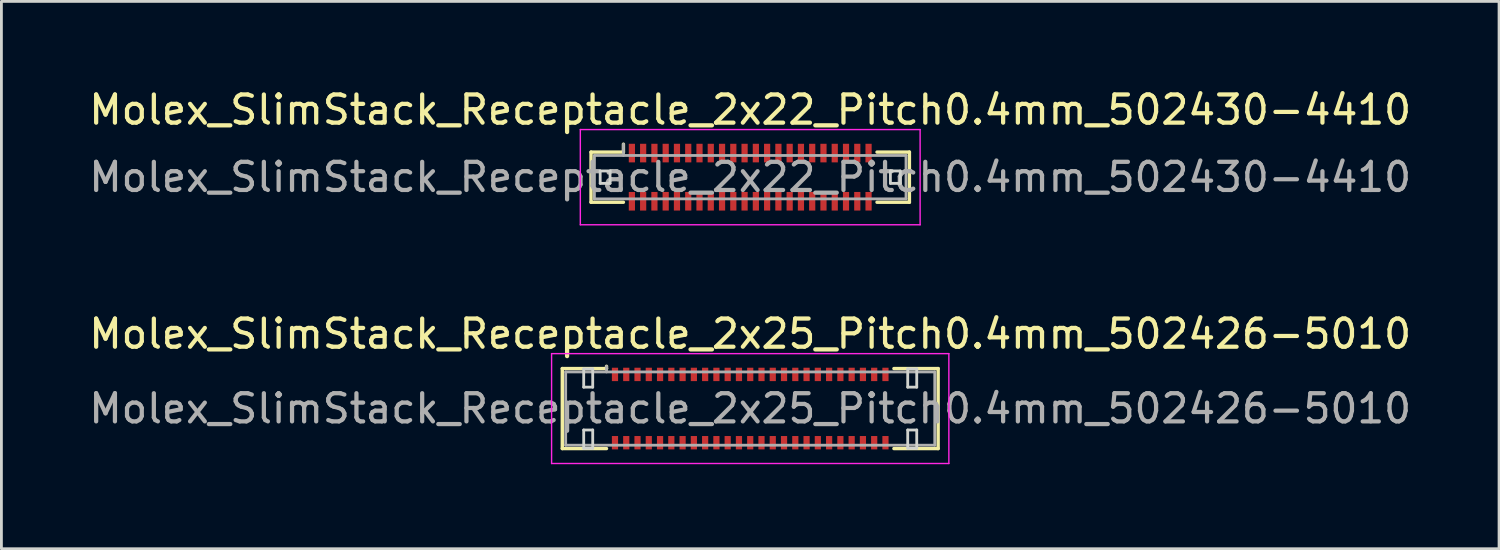
<source format=kicad_pcb>
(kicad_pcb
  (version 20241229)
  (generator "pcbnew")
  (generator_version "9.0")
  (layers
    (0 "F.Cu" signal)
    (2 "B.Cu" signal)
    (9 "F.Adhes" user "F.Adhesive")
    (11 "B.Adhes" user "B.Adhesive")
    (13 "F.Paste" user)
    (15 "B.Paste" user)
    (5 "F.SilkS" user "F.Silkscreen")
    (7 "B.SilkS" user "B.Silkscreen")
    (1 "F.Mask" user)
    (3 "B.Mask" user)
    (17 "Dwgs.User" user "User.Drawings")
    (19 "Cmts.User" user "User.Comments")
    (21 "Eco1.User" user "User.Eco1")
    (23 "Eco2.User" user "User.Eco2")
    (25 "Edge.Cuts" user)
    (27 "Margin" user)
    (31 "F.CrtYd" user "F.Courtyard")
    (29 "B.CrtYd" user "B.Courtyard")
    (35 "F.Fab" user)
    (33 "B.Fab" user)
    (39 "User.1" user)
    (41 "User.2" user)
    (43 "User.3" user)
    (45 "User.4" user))
  (footprint "Molex_SlimStack_Receptacle_2x22_Pitch0.4mm_502430-4410"
    (layer "F.Cu")
    (at 23.577 3.238)
    (property "Reference" "Molex_SlimStack_Receptacle_2x22_Pitch0.4mm_502430-4410" (at 0 -2.39 0) (layer "F.SilkS") (effects (font (size 1 1) (thickness 0.15))))
    (attr smd)
    (fp_line (start -5.65 -0.89) (end -4.5 -0.89) (stroke (width 0.12) (type solid)) (layer "F.SilkS"))
    (fp_line (start -5.65 0.89) (end -5.65 -0.89) (stroke (width 0.12) (type solid)) (layer "F.SilkS"))
    (fp_line (start -4.5 -0.89) (end -4.5 -1.17) (stroke (width 0.12) (type solid)) (layer "F.SilkS"))
    (fp_line (start -4.5 0.89) (end -5.65 0.89) (stroke (width 0.12) (type solid)) (layer "F.SilkS"))
    (fp_line (start 4.5 0.89) (end 5.65 0.89) (stroke (width 0.12) (type solid)) (layer "F.SilkS"))
    (fp_line (start 5.65 -0.89) (end 4.5 -0.89) (stroke (width 0.12) (type solid)) (layer "F.SilkS"))
    (fp_line (start 5.65 0.89) (end 5.65 -0.89) (stroke (width 0.12) (type solid)) (layer "F.SilkS"))
    (fp_line (start -5.325 -0.22) (end -5.325 0.22) (stroke (width 0.1) (type solid)) (layer "Edge.Cuts"))
    (fp_line (start -5.325 0.22) (end -4.975 0.22) (stroke (width 0.1) (type solid)) (layer "Edge.Cuts"))
    (fp_line (start -4.975 -0.22) (end -5.325 -0.22) (stroke (width 0.1) (type solid)) (layer "Edge.Cuts"))
    (fp_line (start -4.975 0.22) (end -4.975 -0.22) (stroke (width 0.1) (type solid)) (layer "Edge.Cuts"))
    (fp_line (start 4.975 -0.22) (end 4.975 0.22) (stroke (width 0.1) (type solid)) (layer "Edge.Cuts"))
    (fp_line (start 4.975 0.22) (end 5.325 0.22) (stroke (width 0.1) (type solid)) (layer "Edge.Cuts"))
    (fp_line (start 5.325 -0.22) (end 4.975 -0.22) (stroke (width 0.1) (type solid)) (layer "Edge.Cuts"))
    (fp_line (start 5.325 0.22) (end 5.325 -0.22) (stroke (width 0.1) (type solid)) (layer "Edge.Cuts"))
    (fp_line (start -6.03 -1.69) (end -6.03 1.69) (stroke (width 0.05) (type solid)) (layer "F.CrtYd"))
    (fp_line (start -6.03 1.69) (end 6.03 1.69) (stroke (width 0.05) (type solid)) (layer "F.CrtYd"))
    (fp_line (start 6.03 -1.69) (end -6.03 -1.69) (stroke (width 0.05) (type solid)) (layer "F.CrtYd"))
    (fp_line (start 6.03 1.69) (end 6.03 -1.69) (stroke (width 0.05) (type solid)) (layer "F.CrtYd"))
    (fp_line (start -5.53 -0.77) (end -5.53 0.77) (stroke (width 0.1) (type solid)) (layer "F.Fab"))
    (fp_line (start -5.53 0.77) (end 5.53 0.77) (stroke (width 0.1) (type solid)) (layer "F.Fab"))
    (fp_line (start -4.5 -0.77) (end -4.5 -1.17) (stroke (width 0.1) (type solid)) (layer "F.Fab"))
    (fp_line (start 5.53 -0.77) (end -5.53 -0.77) (stroke (width 0.1) (type solid)) (layer "F.Fab"))
    (fp_line (start 5.53 0.77) (end 5.53 -0.77) (stroke (width 0.1) (type solid)) (layer "F.Fab"))
    (fp_text user "${REFERENCE}" (at 0 0 0) (layer "F.Fab") (effects (font (size 1 1) (thickness 0.15))))
    (pad "1" smd rect (at -4.2 -0.855) (size 0.22 0.66) (layers "F.Cu" "F.Mask" "F.Paste"))
    (pad "2" smd rect (at -4.2 0.855) (size 0.22 0.66) (layers "F.Cu" "F.Mask" "F.Paste"))
    (pad "3" smd rect (at -3.8 -0.855) (size 0.22 0.66) (layers "F.Cu" "F.Mask" "F.Paste"))
    (pad "4" smd rect (at -3.8 0.855) (size 0.22 0.66) (layers "F.Cu" "F.Mask" "F.Paste"))
    (pad "5" smd rect (at -3.4 -0.855) (size 0.22 0.66) (layers "F.Cu" "F.Mask" "F.Paste"))
    (pad "6" smd rect (at -3.4 0.855) (size 0.22 0.66) (layers "F.Cu" "F.Mask" "F.Paste"))
    (pad "7" smd rect (at -3 -0.855) (size 0.22 0.66) (layers "F.Cu" "F.Mask" "F.Paste"))
    (pad "8" smd rect (at -3 0.855) (size 0.22 0.66) (layers "F.Cu" "F.Mask" "F.Paste"))
    (pad "9" smd rect (at -2.6 -0.855) (size 0.22 0.66) (layers "F.Cu" "F.Mask" "F.Paste"))
    (pad "10" smd rect (at -2.6 0.855) (size 0.22 0.66) (layers "F.Cu" "F.Mask" "F.Paste"))
    (pad "11" smd rect (at -2.2 -0.855) (size 0.22 0.66) (layers "F.Cu" "F.Mask" "F.Paste"))
    (pad "12" smd rect (at -2.2 0.855) (size 0.22 0.66) (layers "F.Cu" "F.Mask" "F.Paste"))
    (pad "13" smd rect (at -1.8 -0.855) (size 0.22 0.66) (layers "F.Cu" "F.Mask" "F.Paste"))
    (pad "14" smd rect (at -1.8 0.855) (size 0.22 0.66) (layers "F.Cu" "F.Mask" "F.Paste"))
    (pad "15" smd rect (at -1.4 -0.855) (size 0.22 0.66) (layers "F.Cu" "F.Mask" "F.Paste"))
    (pad "16" smd rect (at -1.4 0.855) (size 0.22 0.66) (layers "F.Cu" "F.Mask" "F.Paste"))
    (pad "17" smd rect (at -1 -0.855) (size 0.22 0.66) (layers "F.Cu" "F.Mask" "F.Paste"))
    (pad "18" smd rect (at -1 0.855) (size 0.22 0.66) (layers "F.Cu" "F.Mask" "F.Paste"))
    (pad "19" smd rect (at -0.6 -0.855) (size 0.22 0.66) (layers "F.Cu" "F.Mask" "F.Paste"))
    (pad "20" smd rect (at -0.6 0.855) (size 0.22 0.66) (layers "F.Cu" "F.Mask" "F.Paste"))
    (pad "21" smd rect (at -0.2 -0.855) (size 0.22 0.66) (layers "F.Cu" "F.Mask" "F.Paste"))
    (pad "22" smd rect (at -0.2 0.855) (size 0.22 0.66) (layers "F.Cu" "F.Mask" "F.Paste"))
    (pad "23" smd rect (at 0.2 -0.855) (size 0.22 0.66) (layers "F.Cu" "F.Mask" "F.Paste"))
    (pad "24" smd rect (at 0.2 0.855) (size 0.22 0.66) (layers "F.Cu" "F.Mask" "F.Paste"))
    (pad "25" smd rect (at 0.6 -0.855) (size 0.22 0.66) (layers "F.Cu" "F.Mask" "F.Paste"))
    (pad "26" smd rect (at 0.6 0.855) (size 0.22 0.66) (layers "F.Cu" "F.Mask" "F.Paste"))
    (pad "27" smd rect (at 1 -0.855) (size 0.22 0.66) (layers "F.Cu" "F.Mask" "F.Paste"))
    (pad "28" smd rect (at 1 0.855) (size 0.22 0.66) (layers "F.Cu" "F.Mask" "F.Paste"))
    (pad "29" smd rect (at 1.4 -0.855) (size 0.22 0.66) (layers "F.Cu" "F.Mask" "F.Paste"))
    (pad "30" smd rect (at 1.4 0.855) (size 0.22 0.66) (layers "F.Cu" "F.Mask" "F.Paste"))
    (pad "31" smd rect (at 1.8 -0.855) (size 0.22 0.66) (layers "F.Cu" "F.Mask" "F.Paste"))
    (pad "32" smd rect (at 1.8 0.855) (size 0.22 0.66) (layers "F.Cu" "F.Mask" "F.Paste"))
    (pad "33" smd rect (at 2.2 -0.855) (size 0.22 0.66) (layers "F.Cu" "F.Mask" "F.Paste"))
    (pad "34" smd rect (at 2.2 0.855) (size 0.22 0.66) (layers "F.Cu" "F.Mask" "F.Paste"))
    (pad "35" smd rect (at 2.6 -0.855) (size 0.22 0.66) (layers "F.Cu" "F.Mask" "F.Paste"))
    (pad "36" smd rect (at 2.6 0.855) (size 0.22 0.66) (layers "F.Cu" "F.Mask" "F.Paste"))
    (pad "37" smd rect (at 3 -0.855) (size 0.22 0.66) (layers "F.Cu" "F.Mask" "F.Paste"))
    (pad "38" smd rect (at 3 0.855) (size 0.22 0.66) (layers "F.Cu" "F.Mask" "F.Paste"))
    (pad "39" smd rect (at 3.4 -0.855) (size 0.22 0.66) (layers "F.Cu" "F.Mask" "F.Paste"))
    (pad "40" smd rect (at 3.4 0.855) (size 0.22 0.66) (layers "F.Cu" "F.Mask" "F.Paste"))
    (pad "41" smd rect (at 3.8 -0.855) (size 0.22 0.66) (layers "F.Cu" "F.Mask" "F.Paste"))
    (pad "42" smd rect (at 3.8 0.855) (size 0.22 0.66) (layers "F.Cu" "F.Mask" "F.Paste"))
    (pad "43" smd rect (at 4.2 -0.855) (size 0.22 0.66) (layers "F.Cu" "F.Mask" "F.Paste"))
    (pad "44" smd rect (at 4.2 0.855) (size 0.22 0.66) (layers "F.Cu" "F.Mask" "F.Paste")))
  (footprint "Molex_SlimStack_Receptacle_2x25_Pitch0.4mm_502426-5010"
    (layer "F.Cu")
    (at 23.577 11.451)
    (property "Reference" "Molex_SlimStack_Receptacle_2x25_Pitch0.4mm_502426-5010" (at 0 -2.65 0) (layer "F.SilkS") (effects (font (size 1 1) (thickness 0.15))))
    (attr smd)
    (fp_line (start -6.67 -1.42) (end -5.1 -1.42) (stroke (width 0.12) (type solid)) (layer "F.SilkS"))
    (fp_line (start -6.67 1.42) (end -6.67 -1.42) (stroke (width 0.12) (type solid)) (layer "F.SilkS"))
    (fp_line (start -5.1 -1.42) (end -5.1 -1.5) (stroke (width 0.12) (type solid)) (layer "F.SilkS"))
    (fp_line (start -5.1 1.42) (end -6.67 1.42) (stroke (width 0.12) (type solid)) (layer "F.SilkS"))
    (fp_line (start 5.1 1.42) (end 6.67 1.42) (stroke (width 0.12) (type solid)) (layer "F.SilkS"))
    (fp_line (start 6.67 -1.42) (end 5.1 -1.42) (stroke (width 0.12) (type solid)) (layer "F.SilkS"))
    (fp_line (start 6.67 1.42) (end 6.67 -1.42) (stroke (width 0.12) (type solid)) (layer "F.SilkS"))
    (fp_line (start -5.91 -1.41) (end -5.91 -0.76) (stroke (width 0.1) (type solid)) (layer "Edge.Cuts"))
    (fp_line (start -5.91 -0.76) (end -5.59 -0.76) (stroke (width 0.1) (type solid)) (layer "Edge.Cuts"))
    (fp_line (start -5.91 0.76) (end -5.91 1.41) (stroke (width 0.1) (type solid)) (layer "Edge.Cuts"))
    (fp_line (start -5.91 1.41) (end -5.59 1.41) (stroke (width 0.1) (type solid)) (layer "Edge.Cuts"))
    (fp_line (start -5.59 -1.41) (end -5.91 -1.41) (stroke (width 0.1) (type solid)) (layer "Edge.Cuts"))
    (fp_line (start -5.59 -0.76) (end -5.59 -1.41) (stroke (width 0.1) (type solid)) (layer "Edge.Cuts"))
    (fp_line (start -5.59 0.76) (end -5.91 0.76) (stroke (width 0.1) (type solid)) (layer "Edge.Cuts"))
    (fp_line (start -5.59 1.41) (end -5.59 0.76) (stroke (width 0.1) (type solid)) (layer "Edge.Cuts"))
    (fp_line (start 5.59 -1.41) (end 5.59 -0.76) (stroke (width 0.1) (type solid)) (layer "Edge.Cuts"))
    (fp_line (start 5.59 -0.76) (end 5.91 -0.76) (stroke (width 0.1) (type solid)) (layer "Edge.Cuts"))
    (fp_line (start 5.59 0.76) (end 5.59 1.41) (stroke (width 0.1) (type solid)) (layer "Edge.Cuts"))
    (fp_line (start 5.59 1.41) (end 5.91 1.41) (stroke (width 0.1) (type solid)) (layer "Edge.Cuts"))
    (fp_line (start 5.91 -1.41) (end 5.59 -1.41) (stroke (width 0.1) (type solid)) (layer "Edge.Cuts"))
    (fp_line (start 5.91 -0.76) (end 5.91 -1.41) (stroke (width 0.1) (type solid)) (layer "Edge.Cuts"))
    (fp_line (start 5.91 0.76) (end 5.59 0.76) (stroke (width 0.1) (type solid)) (layer "Edge.Cuts"))
    (fp_line (start 5.91 1.41) (end 5.91 0.76) (stroke (width 0.1) (type solid)) (layer "Edge.Cuts"))
    (fp_line (start -7.05 -1.95) (end -7.05 1.95) (stroke (width 0.05) (type solid)) (layer "F.CrtYd"))
    (fp_line (start -7.05 1.95) (end 7.05 1.95) (stroke (width 0.05) (type solid)) (layer "F.CrtYd"))
    (fp_line (start 7.05 -1.95) (end -7.05 -1.95) (stroke (width 0.05) (type solid)) (layer "F.CrtYd"))
    (fp_line (start 7.05 1.95) (end 7.05 -1.95) (stroke (width 0.05) (type solid)) (layer "F.CrtYd"))
    (fp_line (start -6.55 -1.3) (end -6.55 1.3) (stroke (width 0.1) (type solid)) (layer "F.Fab"))
    (fp_line (start -6.55 1.3) (end 6.55 1.3) (stroke (width 0.1) (type solid)) (layer "F.Fab"))
    (fp_line (start -5.1 -1.3) (end -5.1 -1.5) (stroke (width 0.1) (type solid)) (layer "F.Fab"))
    (fp_line (start 6.55 -1.3) (end -6.55 -1.3) (stroke (width 0.1) (type solid)) (layer "F.Fab"))
    (fp_line (start 6.55 1.3) (end 6.55 -1.3) (stroke (width 0.1) (type solid)) (layer "F.Fab"))
    (fp_text user "${REFERENCE}" (at 0 0 0) (layer "F.Fab") (effects (font (size 1 1) (thickness 0.15))))
    (pad "1" smd rect (at -4.8 -1.212) (size 0.22 0.475) (layers "F.Cu" "F.Mask" "F.Paste"))
    (pad "2" smd rect (at -4.8 1.212) (size 0.22 0.475) (layers "F.Cu" "F.Mask" "F.Paste"))
    (pad "3" smd rect (at -4.4 -1.212) (size 0.22 0.475) (layers "F.Cu" "F.Mask" "F.Paste"))
    (pad "4" smd rect (at -4.4 1.212) (size 0.22 0.475) (layers "F.Cu" "F.Mask" "F.Paste"))
    (pad "5" smd rect (at -4 -1.212) (size 0.22 0.475) (layers "F.Cu" "F.Mask" "F.Paste"))
    (pad "6" smd rect (at -4 1.212) (size 0.22 0.475) (layers "F.Cu" "F.Mask" "F.Paste"))
    (pad "7" smd rect (at -3.6 -1.212) (size 0.22 0.475) (layers "F.Cu" "F.Mask" "F.Paste"))
    (pad "8" smd rect (at -3.6 1.212) (size 0.22 0.475) (layers "F.Cu" "F.Mask" "F.Paste"))
    (pad "9" smd rect (at -3.2 -1.212) (size 0.22 0.475) (layers "F.Cu" "F.Mask" "F.Paste"))
    (pad "10" smd rect (at -3.2 1.212) (size 0.22 0.475) (layers "F.Cu" "F.Mask" "F.Paste"))
    (pad "11" smd rect (at -2.8 -1.212) (size 0.22 0.475) (layers "F.Cu" "F.Mask" "F.Paste"))
    (pad "12" smd rect (at -2.8 1.212) (size 0.22 0.475) (layers "F.Cu" "F.Mask" "F.Paste"))
    (pad "13" smd rect (at -2.4 -1.212) (size 0.22 0.475) (layers "F.Cu" "F.Mask" "F.Paste"))
    (pad "14" smd rect (at -2.4 1.212) (size 0.22 0.475) (layers "F.Cu" "F.Mask" "F.Paste"))
    (pad "15" smd rect (at -2 -1.212) (size 0.22 0.475) (layers "F.Cu" "F.Mask" "F.Paste"))
    (pad "16" smd rect (at -2 1.212) (size 0.22 0.475) (layers "F.Cu" "F.Mask" "F.Paste"))
    (pad "17" smd rect (at -1.6 -1.212) (size 0.22 0.475) (layers "F.Cu" "F.Mask" "F.Paste"))
    (pad "18" smd rect (at -1.6 1.212) (size 0.22 0.475) (layers "F.Cu" "F.Mask" "F.Paste"))
    (pad "19" smd rect (at -1.2 -1.212) (size 0.22 0.475) (layers "F.Cu" "F.Mask" "F.Paste"))
    (pad "20" smd rect (at -1.2 1.212) (size 0.22 0.475) (layers "F.Cu" "F.Mask" "F.Paste"))
    (pad "21" smd rect (at -0.8 -1.212) (size 0.22 0.475) (layers "F.Cu" "F.Mask" "F.Paste"))
    (pad "22" smd rect (at -0.8 1.212) (size 0.22 0.475) (layers "F.Cu" "F.Mask" "F.Paste"))
    (pad "23" smd rect (at -0.4 -1.212) (size 0.22 0.475) (layers "F.Cu" "F.Mask" "F.Paste"))
    (pad "24" smd rect (at -0.4 1.212) (size 0.22 0.475) (layers "F.Cu" "F.Mask" "F.Paste"))
    (pad "25" smd rect (at 0 -1.212) (size 0.22 0.475) (layers "F.Cu" "F.Mask" "F.Paste"))
    (pad "26" smd rect (at 0 1.212) (size 0.22 0.475) (layers "F.Cu" "F.Mask" "F.Paste"))
    (pad "27" smd rect (at 0.4 -1.212) (size 0.22 0.475) (layers "F.Cu" "F.Mask" "F.Paste"))
    (pad "28" smd rect (at 0.4 1.212) (size 0.22 0.475) (layers "F.Cu" "F.Mask" "F.Paste"))
    (pad "29" smd rect (at 0.8 -1.212) (size 0.22 0.475) (layers "F.Cu" "F.Mask" "F.Paste"))
    (pad "30" smd rect (at 0.8 1.212) (size 0.22 0.475) (layers "F.Cu" "F.Mask" "F.Paste"))
    (pad "31" smd rect (at 1.2 -1.212) (size 0.22 0.475) (layers "F.Cu" "F.Mask" "F.Paste"))
    (pad "32" smd rect (at 1.2 1.212) (size 0.22 0.475) (layers "F.Cu" "F.Mask" "F.Paste"))
    (pad "33" smd rect (at 1.6 -1.212) (size 0.22 0.475) (layers "F.Cu" "F.Mask" "F.Paste"))
    (pad "34" smd rect (at 1.6 1.212) (size 0.22 0.475) (layers "F.Cu" "F.Mask" "F.Paste"))
    (pad "35" smd rect (at 2 -1.212) (size 0.22 0.475) (layers "F.Cu" "F.Mask" "F.Paste"))
    (pad "36" smd rect (at 2 1.212) (size 0.22 0.475) (layers "F.Cu" "F.Mask" "F.Paste"))
    (pad "37" smd rect (at 2.4 -1.212) (size 0.22 0.475) (layers "F.Cu" "F.Mask" "F.Paste"))
    (pad "38" smd rect (at 2.4 1.212) (size 0.22 0.475) (layers "F.Cu" "F.Mask" "F.Paste"))
    (pad "39" smd rect (at 2.8 -1.212) (size 0.22 0.475) (layers "F.Cu" "F.Mask" "F.Paste"))
    (pad "40" smd rect (at 2.8 1.212) (size 0.22 0.475) (layers "F.Cu" "F.Mask" "F.Paste"))
    (pad "41" smd rect (at 3.2 -1.212) (size 0.22 0.475) (layers "F.Cu" "F.Mask" "F.Paste"))
    (pad "42" smd rect (at 3.2 1.212) (size 0.22 0.475) (layers "F.Cu" "F.Mask" "F.Paste"))
    (pad "43" smd rect (at 3.6 -1.212) (size 0.22 0.475) (layers "F.Cu" "F.Mask" "F.Paste"))
    (pad "44" smd rect (at 3.6 1.212) (size 0.22 0.475) (layers "F.Cu" "F.Mask" "F.Paste"))
    (pad "45" smd rect (at 4 -1.212) (size 0.22 0.475) (layers "F.Cu" "F.Mask" "F.Paste"))
    (pad "46" smd rect (at 4 1.212) (size 0.22 0.475) (layers "F.Cu" "F.Mask" "F.Paste"))
    (pad "47" smd rect (at 4.4 -1.212) (size 0.22 0.475) (layers "F.Cu" "F.Mask" "F.Paste"))
    (pad "48" smd rect (at 4.4 1.212) (size 0.22 0.475) (layers "F.Cu" "F.Mask" "F.Paste"))
    (pad "49" smd rect (at 4.8 -1.212) (size 0.22 0.475) (layers "F.Cu" "F.Mask" "F.Paste"))
    (pad "50" smd rect (at 4.8 1.212) (size 0.22 0.475) (layers "F.Cu" "F.Mask" "F.Paste")))
  (gr_rect
    (start -3 -3)
    (end 50.155 16.427)
    (stroke (width 0.1) (type default))
    (fill no)
    (layer "Edge.Cuts")))
</source>
